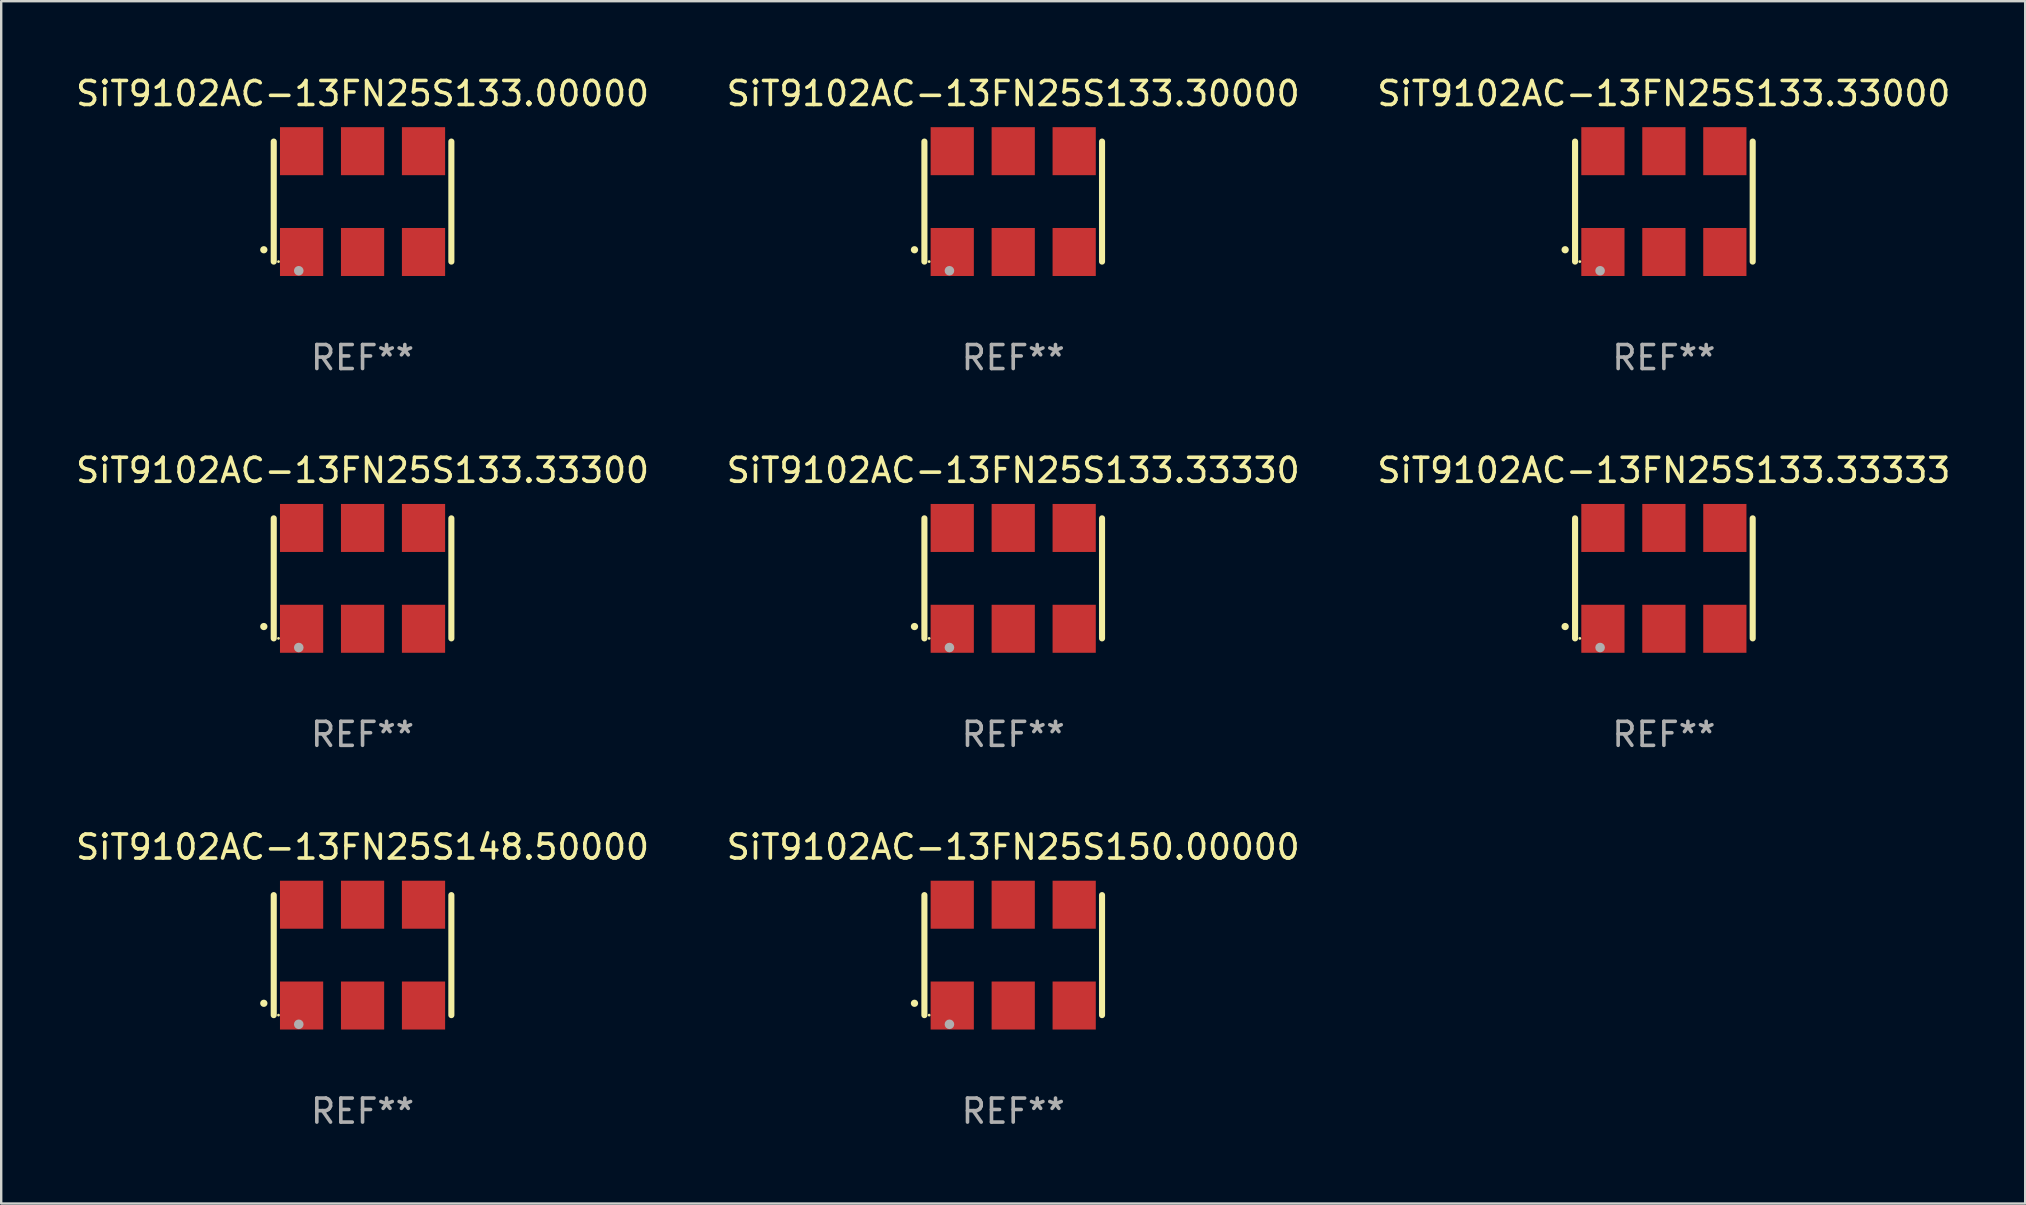
<source format=kicad_pcb>
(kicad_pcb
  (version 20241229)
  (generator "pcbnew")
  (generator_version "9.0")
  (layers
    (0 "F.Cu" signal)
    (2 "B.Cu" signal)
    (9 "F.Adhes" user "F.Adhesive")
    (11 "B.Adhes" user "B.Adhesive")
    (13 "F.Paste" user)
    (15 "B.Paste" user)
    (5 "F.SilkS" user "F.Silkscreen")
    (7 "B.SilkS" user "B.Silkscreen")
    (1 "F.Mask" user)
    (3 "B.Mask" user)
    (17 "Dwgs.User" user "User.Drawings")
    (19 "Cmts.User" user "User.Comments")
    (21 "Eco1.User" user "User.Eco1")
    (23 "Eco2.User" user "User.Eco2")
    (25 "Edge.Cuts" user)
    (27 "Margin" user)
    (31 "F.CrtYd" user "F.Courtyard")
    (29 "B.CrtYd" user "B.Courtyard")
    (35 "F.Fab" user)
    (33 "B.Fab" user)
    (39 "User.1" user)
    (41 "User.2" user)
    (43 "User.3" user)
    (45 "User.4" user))
  (footprint "SiT9102AC-13FN25S133.33333"
    (layer "F.Cu")
    (at 66.268 21.045)
    (property "Reference" "SiT9102AC-13FN25S133.33333" (at 0 -4.5 0) (layer "F.SilkS") (effects (font (size 1 1) (thickness 0.15))))
    (attr through_hole)
    (fp_line (start -3.7 -2.5) (end -3.7 2.5) (stroke (width 0.254) (type solid)) (layer "F.SilkS"))
    (fp_line (start 3.7 -2.5) (end 3.7 2.5) (stroke (width 0.254) (type solid)) (layer "F.SilkS"))
    (fp_arc (start -4.114415 2.006604) (mid -4.113145 2.006599) (end -4.111875 2.006604) (stroke (width 0.3) (type solid)) (layer "F.SilkS"))
    (fp_circle (center -3.502 2.5) (end -3.472 2.5) (stroke (width 0.06) (type solid)) (fill no) (layer "F.SilkS"))
    (fp_circle (center -2.657 2.882) (end -2.557 2.882) (stroke (width 0.2) (type solid)) (fill no) (layer "F.Fab"))
    (fp_text user "REF**" (at 0 6.5 0) (layer "F.Fab") (effects (font (size 1 1) (thickness 0.15))))
    (pad "1" smd rect (at -2.54 2.1) (size 1.8 2) (layers "F.Cu" "F.Mask" "F.Paste"))
    (pad "2" smd rect (at 0.000394 2.1) (size 1.8 2) (layers "F.Cu" "F.Mask" "F.Paste"))
    (pad "3" smd rect (at 2.54 2.1) (size 1.8 2) (layers "F.Cu" "F.Mask" "F.Paste"))
    (pad "4" smd rect (at 2.54 -2.1) (size 1.8 2) (layers "F.Cu" "F.Mask" "F.Paste"))
    (pad "5" smd rect (at 0.000394 -2.1) (size 1.8 2) (layers "F.Cu" "F.Mask" "F.Paste"))
    (pad "6" smd rect (at -2.54 -2.1) (size 1.8 2) (layers "F.Cu" "F.Mask" "F.Paste")))
  (footprint "SiT9102AC-13FN25S133.33330"
    (layer "F.Cu")
    (at 39.161 21.045)
    (property "Reference" "SiT9102AC-13FN25S133.33330" (at 0 -4.5 0) (layer "F.SilkS") (effects (font (size 1 1) (thickness 0.15))))
    (attr through_hole)
    (fp_line (start -3.7 -2.5) (end -3.7 2.5) (stroke (width 0.254) (type solid)) (layer "F.SilkS"))
    (fp_line (start 3.7 -2.5) (end 3.7 2.5) (stroke (width 0.254) (type solid)) (layer "F.SilkS"))
    (fp_arc (start -4.114415 2.006604) (mid -4.113145 2.006599) (end -4.111875 2.006604) (stroke (width 0.3) (type solid)) (layer "F.SilkS"))
    (fp_circle (center -3.502 2.5) (end -3.472 2.5) (stroke (width 0.06) (type solid)) (fill no) (layer "F.SilkS"))
    (fp_circle (center -2.657 2.882) (end -2.557 2.882) (stroke (width 0.2) (type solid)) (fill no) (layer "F.Fab"))
    (fp_text user "REF**" (at 0 6.5 0) (layer "F.Fab") (effects (font (size 1 1) (thickness 0.15))))
    (pad "1" smd rect (at -2.54 2.1) (size 1.8 2) (layers "F.Cu" "F.Mask" "F.Paste"))
    (pad "2" smd rect (at 0.000394 2.1) (size 1.8 2) (layers "F.Cu" "F.Mask" "F.Paste"))
    (pad "3" smd rect (at 2.54 2.1) (size 1.8 2) (layers "F.Cu" "F.Mask" "F.Paste"))
    (pad "4" smd rect (at 2.54 -2.1) (size 1.8 2) (layers "F.Cu" "F.Mask" "F.Paste"))
    (pad "5" smd rect (at 0.000394 -2.1) (size 1.8 2) (layers "F.Cu" "F.Mask" "F.Paste"))
    (pad "6" smd rect (at -2.54 -2.1) (size 1.8 2) (layers "F.Cu" "F.Mask" "F.Paste")))
  (footprint "SiT9102AC-13FN25S150.00000"
    (layer "F.Cu")
    (at 39.161 36.741)
    (property "Reference" "SiT9102AC-13FN25S150.00000" (at 0 -4.5 0) (layer "F.SilkS") (effects (font (size 1 1) (thickness 0.15))))
    (attr through_hole)
    (fp_line (start -3.7 -2.5) (end -3.7 2.5) (stroke (width 0.254) (type solid)) (layer "F.SilkS"))
    (fp_line (start 3.7 -2.5) (end 3.7 2.5) (stroke (width 0.254) (type solid)) (layer "F.SilkS"))
    (fp_arc (start -4.114415 2.006604) (mid -4.113145 2.006599) (end -4.111875 2.006604) (stroke (width 0.3) (type solid)) (layer "F.SilkS"))
    (fp_circle (center -3.502 2.5) (end -3.472 2.5) (stroke (width 0.06) (type solid)) (fill no) (layer "F.SilkS"))
    (fp_circle (center -2.657 2.882) (end -2.557 2.882) (stroke (width 0.2) (type solid)) (fill no) (layer "F.Fab"))
    (fp_text user "REF**" (at 0 6.5 0) (layer "F.Fab") (effects (font (size 1 1) (thickness 0.15))))
    (pad "1" smd rect (at -2.54 2.1) (size 1.8 2) (layers "F.Cu" "F.Mask" "F.Paste"))
    (pad "2" smd rect (at 0.000394 2.1) (size 1.8 2) (layers "F.Cu" "F.Mask" "F.Paste"))
    (pad "3" smd rect (at 2.54 2.1) (size 1.8 2) (layers "F.Cu" "F.Mask" "F.Paste"))
    (pad "4" smd rect (at 2.54 -2.1) (size 1.8 2) (layers "F.Cu" "F.Mask" "F.Paste"))
    (pad "5" smd rect (at 0.000394 -2.1) (size 1.8 2) (layers "F.Cu" "F.Mask" "F.Paste"))
    (pad "6" smd rect (at -2.54 -2.1) (size 1.8 2) (layers "F.Cu" "F.Mask" "F.Paste")))
  (footprint "SiT9102AC-13FN25S133.30000"
    (layer "F.Cu")
    (at 39.161 5.348)
    (property "Reference" "SiT9102AC-13FN25S133.30000" (at 0 -4.5 0) (layer "F.SilkS") (effects (font (size 1 1) (thickness 0.15))))
    (attr through_hole)
    (fp_line (start -3.7 -2.5) (end -3.7 2.5) (stroke (width 0.254) (type solid)) (layer "F.SilkS"))
    (fp_line (start 3.7 -2.5) (end 3.7 2.5) (stroke (width 0.254) (type solid)) (layer "F.SilkS"))
    (fp_arc (start -4.114415 2.006604) (mid -4.113145 2.006599) (end -4.111875 2.006604) (stroke (width 0.3) (type solid)) (layer "F.SilkS"))
    (fp_circle (center -3.502 2.5) (end -3.472 2.5) (stroke (width 0.06) (type solid)) (fill no) (layer "F.SilkS"))
    (fp_circle (center -2.657 2.882) (end -2.557 2.882) (stroke (width 0.2) (type solid)) (fill no) (layer "F.Fab"))
    (fp_text user "REF**" (at 0 6.5 0) (layer "F.Fab") (effects (font (size 1 1) (thickness 0.15))))
    (pad "1" smd rect (at -2.54 2.1) (size 1.8 2) (layers "F.Cu" "F.Mask" "F.Paste"))
    (pad "2" smd rect (at 0.000394 2.1) (size 1.8 2) (layers "F.Cu" "F.Mask" "F.Paste"))
    (pad "3" smd rect (at 2.54 2.1) (size 1.8 2) (layers "F.Cu" "F.Mask" "F.Paste"))
    (pad "4" smd rect (at 2.54 -2.1) (size 1.8 2) (layers "F.Cu" "F.Mask" "F.Paste"))
    (pad "5" smd rect (at 0.000394 -2.1) (size 1.8 2) (layers "F.Cu" "F.Mask" "F.Paste"))
    (pad "6" smd rect (at -2.54 -2.1) (size 1.8 2) (layers "F.Cu" "F.Mask" "F.Paste")))
  (footprint "SiT9102AC-13FN25S148.50000"
    (layer "F.Cu")
    (at 12.054 36.741)
    (property "Reference" "SiT9102AC-13FN25S148.50000" (at 0 -4.5 0) (layer "F.SilkS") (effects (font (size 1 1) (thickness 0.15))))
    (attr through_hole)
    (fp_line (start -3.7 -2.5) (end -3.7 2.5) (stroke (width 0.254) (type solid)) (layer "F.SilkS"))
    (fp_line (start 3.7 -2.5) (end 3.7 2.5) (stroke (width 0.254) (type solid)) (layer "F.SilkS"))
    (fp_arc (start -4.114415 2.006604) (mid -4.113145 2.006599) (end -4.111875 2.006604) (stroke (width 0.3) (type solid)) (layer "F.SilkS"))
    (fp_circle (center -3.502 2.5) (end -3.472 2.5) (stroke (width 0.06) (type solid)) (fill no) (layer "F.SilkS"))
    (fp_circle (center -2.657 2.882) (end -2.557 2.882) (stroke (width 0.2) (type solid)) (fill no) (layer "F.Fab"))
    (fp_text user "REF**" (at 0 6.5 0) (layer "F.Fab") (effects (font (size 1 1) (thickness 0.15))))
    (pad "1" smd rect (at -2.54 2.1) (size 1.8 2) (layers "F.Cu" "F.Mask" "F.Paste"))
    (pad "2" smd rect (at 0.000394 2.1) (size 1.8 2) (layers "F.Cu" "F.Mask" "F.Paste"))
    (pad "3" smd rect (at 2.54 2.1) (size 1.8 2) (layers "F.Cu" "F.Mask" "F.Paste"))
    (pad "4" smd rect (at 2.54 -2.1) (size 1.8 2) (layers "F.Cu" "F.Mask" "F.Paste"))
    (pad "5" smd rect (at 0.000394 -2.1) (size 1.8 2) (layers "F.Cu" "F.Mask" "F.Paste"))
    (pad "6" smd rect (at -2.54 -2.1) (size 1.8 2) (layers "F.Cu" "F.Mask" "F.Paste")))
  (footprint "SiT9102AC-13FN25S133.33000"
    (layer "F.Cu")
    (at 66.268 5.348)
    (property "Reference" "SiT9102AC-13FN25S133.33000" (at 0 -4.5 0) (layer "F.SilkS") (effects (font (size 1 1) (thickness 0.15))))
    (attr through_hole)
    (fp_line (start -3.7 -2.5) (end -3.7 2.5) (stroke (width 0.254) (type solid)) (layer "F.SilkS"))
    (fp_line (start 3.7 -2.5) (end 3.7 2.5) (stroke (width 0.254) (type solid)) (layer "F.SilkS"))
    (fp_arc (start -4.114415 2.006604) (mid -4.113145 2.006599) (end -4.111875 2.006604) (stroke (width 0.3) (type solid)) (layer "F.SilkS"))
    (fp_circle (center -3.502 2.5) (end -3.472 2.5) (stroke (width 0.06) (type solid)) (fill no) (layer "F.SilkS"))
    (fp_circle (center -2.657 2.882) (end -2.557 2.882) (stroke (width 0.2) (type solid)) (fill no) (layer "F.Fab"))
    (fp_text user "REF**" (at 0 6.5 0) (layer "F.Fab") (effects (font (size 1 1) (thickness 0.15))))
    (pad "1" smd rect (at -2.54 2.1) (size 1.8 2) (layers "F.Cu" "F.Mask" "F.Paste"))
    (pad "2" smd rect (at 0.000394 2.1) (size 1.8 2) (layers "F.Cu" "F.Mask" "F.Paste"))
    (pad "3" smd rect (at 2.54 2.1) (size 1.8 2) (layers "F.Cu" "F.Mask" "F.Paste"))
    (pad "4" smd rect (at 2.54 -2.1) (size 1.8 2) (layers "F.Cu" "F.Mask" "F.Paste"))
    (pad "5" smd rect (at 0.000394 -2.1) (size 1.8 2) (layers "F.Cu" "F.Mask" "F.Paste"))
    (pad "6" smd rect (at -2.54 -2.1) (size 1.8 2) (layers "F.Cu" "F.Mask" "F.Paste")))
  (footprint "SiT9102AC-13FN25S133.33300"
    (layer "F.Cu")
    (at 12.054 21.045)
    (property "Reference" "SiT9102AC-13FN25S133.33300" (at 0 -4.5 0) (layer "F.SilkS") (effects (font (size 1 1) (thickness 0.15))))
    (attr through_hole)
    (fp_line (start -3.7 -2.5) (end -3.7 2.5) (stroke (width 0.254) (type solid)) (layer "F.SilkS"))
    (fp_line (start 3.7 -2.5) (end 3.7 2.5) (stroke (width 0.254) (type solid)) (layer "F.SilkS"))
    (fp_arc (start -4.114415 2.006604) (mid -4.113145 2.006599) (end -4.111875 2.006604) (stroke (width 0.3) (type solid)) (layer "F.SilkS"))
    (fp_circle (center -3.502 2.5) (end -3.472 2.5) (stroke (width 0.06) (type solid)) (fill no) (layer "F.SilkS"))
    (fp_circle (center -2.657 2.882) (end -2.557 2.882) (stroke (width 0.2) (type solid)) (fill no) (layer "F.Fab"))
    (fp_text user "REF**" (at 0 6.5 0) (layer "F.Fab") (effects (font (size 1 1) (thickness 0.15))))
    (pad "1" smd rect (at -2.54 2.1) (size 1.8 2) (layers "F.Cu" "F.Mask" "F.Paste"))
    (pad "2" smd rect (at 0.000394 2.1) (size 1.8 2) (layers "F.Cu" "F.Mask" "F.Paste"))
    (pad "3" smd rect (at 2.54 2.1) (size 1.8 2) (layers "F.Cu" "F.Mask" "F.Paste"))
    (pad "4" smd rect (at 2.54 -2.1) (size 1.8 2) (layers "F.Cu" "F.Mask" "F.Paste"))
    (pad "5" smd rect (at 0.000394 -2.1) (size 1.8 2) (layers "F.Cu" "F.Mask" "F.Paste"))
    (pad "6" smd rect (at -2.54 -2.1) (size 1.8 2) (layers "F.Cu" "F.Mask" "F.Paste")))
  (footprint "SiT9102AC-13FN25S133.00000"
    (layer "F.Cu")
    (at 12.054 5.348)
    (property "Reference" "SiT9102AC-13FN25S133.00000" (at 0 -4.5 0) (layer "F.SilkS") (effects (font (size 1 1) (thickness 0.15))))
    (attr through_hole)
    (fp_line (start -3.7 -2.5) (end -3.7 2.5) (stroke (width 0.254) (type solid)) (layer "F.SilkS"))
    (fp_line (start 3.7 -2.5) (end 3.7 2.5) (stroke (width 0.254) (type solid)) (layer "F.SilkS"))
    (fp_arc (start -4.114415 2.006604) (mid -4.113145 2.006599) (end -4.111875 2.006604) (stroke (width 0.3) (type solid)) (layer "F.SilkS"))
    (fp_circle (center -3.502 2.5) (end -3.472 2.5) (stroke (width 0.06) (type solid)) (fill no) (layer "F.SilkS"))
    (fp_circle (center -2.657 2.882) (end -2.557 2.882) (stroke (width 0.2) (type solid)) (fill no) (layer "F.Fab"))
    (fp_text user "REF**" (at 0 6.5 0) (layer "F.Fab") (effects (font (size 1 1) (thickness 0.15))))
    (pad "1" smd rect (at -2.54 2.1) (size 1.8 2) (layers "F.Cu" "F.Mask" "F.Paste"))
    (pad "2" smd rect (at 0.000394 2.1) (size 1.8 2) (layers "F.Cu" "F.Mask" "F.Paste"))
    (pad "3" smd rect (at 2.54 2.1) (size 1.8 2) (layers "F.Cu" "F.Mask" "F.Paste"))
    (pad "4" smd rect (at 2.54 -2.1) (size 1.8 2) (layers "F.Cu" "F.Mask" "F.Paste"))
    (pad "5" smd rect (at 0.000394 -2.1) (size 1.8 2) (layers "F.Cu" "F.Mask" "F.Paste"))
    (pad "6" smd rect (at -2.54 -2.1) (size 1.8 2) (layers "F.Cu" "F.Mask" "F.Paste")))
  (gr_rect
    (start -3 -3)
    (end 81.321 47.09)
    (stroke (width 0.1) (type default))
    (fill no)
    (layer "Edge.Cuts")))
</source>
